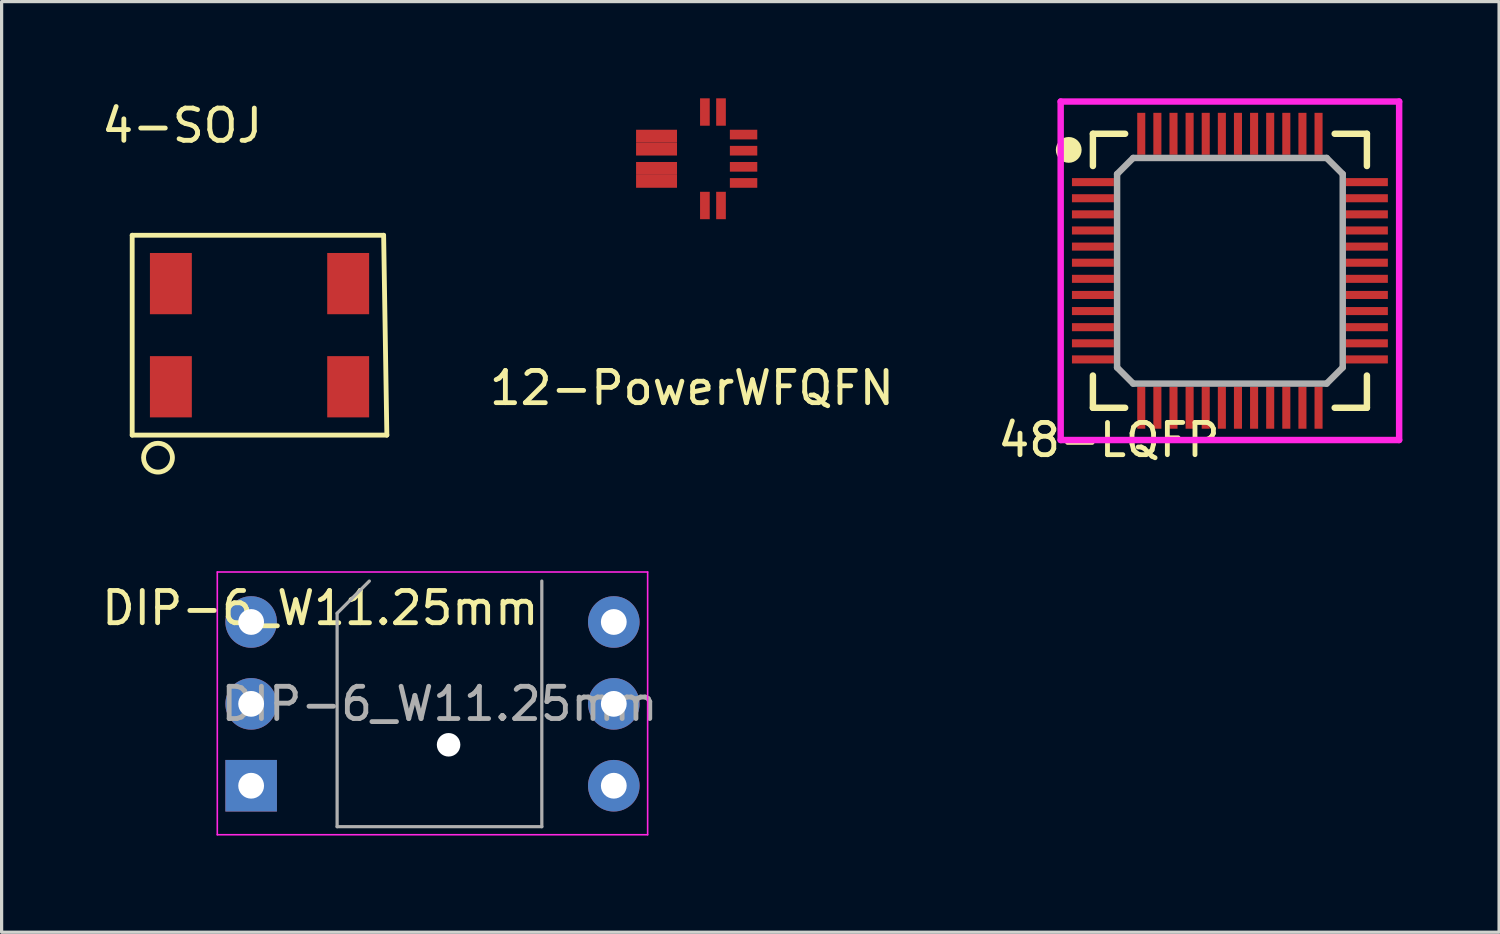
<source format=kicad_pcb>
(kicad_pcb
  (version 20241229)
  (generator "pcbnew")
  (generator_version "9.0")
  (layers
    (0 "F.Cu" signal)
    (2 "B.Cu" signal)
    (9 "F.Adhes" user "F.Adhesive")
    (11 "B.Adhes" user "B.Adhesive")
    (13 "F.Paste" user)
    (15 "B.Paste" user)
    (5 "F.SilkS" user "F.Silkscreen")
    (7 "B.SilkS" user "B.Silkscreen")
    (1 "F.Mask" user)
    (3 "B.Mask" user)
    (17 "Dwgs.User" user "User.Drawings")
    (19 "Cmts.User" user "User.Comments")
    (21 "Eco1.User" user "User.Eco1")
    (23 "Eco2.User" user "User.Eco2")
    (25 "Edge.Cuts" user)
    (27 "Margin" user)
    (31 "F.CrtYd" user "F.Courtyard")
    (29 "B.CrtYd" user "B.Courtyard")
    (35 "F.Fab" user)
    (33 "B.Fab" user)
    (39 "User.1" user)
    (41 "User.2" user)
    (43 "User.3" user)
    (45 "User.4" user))
  (footprint "DIP-6_W11.25mm"
    (layer "F.Cu")
    (at 4.741 16.245)
    (property "Reference" "DIP-6_W11.25mm" (at 2.146 -0.432 0) (layer "F.SilkS") (effects (font (size 1 1) (thickness 0.15))))
    (attr through_hole)
    (fp_line (start -1.05 -1.55) (end -1.05 6.6) (stroke (width 0.05) (type solid)) (layer "F.CrtYd"))
    (fp_line (start -1.05 6.6) (end 12.3 6.6) (stroke (width 0.05) (type solid)) (layer "F.CrtYd"))
    (fp_line (start 12.3 -1.55) (end -1.05 -1.55) (stroke (width 0.05) (type solid)) (layer "F.CrtYd"))
    (fp_line (start 12.3 6.6) (end 12.3 -1.55) (stroke (width 0.05) (type solid)) (layer "F.CrtYd"))
    (fp_line (start 2.667 -0.27) (end 3.667 -1.27) (stroke (width 0.1) (type solid)) (layer "F.Fab"))
    (fp_line (start 2.667 6.35) (end 2.667 -0.27) (stroke (width 0.1) (type solid)) (layer "F.Fab"))
    (fp_line (start 9.017 -1.27) (end 9.017 6.35) (stroke (width 0.1) (type solid)) (layer "F.Fab"))
    (fp_line (start 9.017 6.35) (end 2.667 6.35) (stroke (width 0.1) (type solid)) (layer "F.Fab"))
    (fp_text user "${REFERENCE}" (at 5.842 2.54 0) (layer "F.Fab") (effects (font (size 1 1) (thickness 0.15))))
    (pad "" np_thru_hole circle (at 6.125 3.81) (size 0.73 0.73) (drill 0.73) (layers "*.Cu" "*.Mask"))
    (pad "1" thru_hole rect (at 0 5.08) (size 1.6 1.6) (drill 0.8) (layers "*.Cu" "*.Mask"))
    (pad "2" thru_hole oval (at 0 2.54) (size 1.6 1.6) (drill 0.8) (layers "*.Cu" "*.Mask"))
    (pad "3" thru_hole circle (at 0 0) (size 1.6 1.6) (drill 0.8) (layers "*.Cu" "*.Mask"))
    (pad "4" thru_hole oval (at 11.25 0) (size 1.6 1.6) (drill 0.8) (layers "*.Cu" "*.Mask"))
    (pad "5" thru_hole oval (at 11.25 2.54) (size 1.6 1.6) (drill 0.8) (layers "*.Cu" "*.Mask"))
    (pad "6" thru_hole oval (at 11.25 5.08) (size 1.6 1.6) (drill 0.8) (layers "*.Cu" "*.Mask")))
  (footprint "12-PowerWFQFN"
    (layer "F.Cu")
    (at 18.667 1.875)
    (property "Reference" "12-PowerWFQFN" (at -0.254 7.112 0) (layer "F.SilkS") (effects (font (size 1 1) (thickness 0.15))))
    (attr through_hole)
    (pad "1" smd rect (at -1.35 -0.7) (size 1.27 0.4) (layers "F.Cu" "F.Mask" "F.Paste"))
    (pad "2" smd rect (at -1.35 -0.3) (size 1.27 0.4) (layers "F.Cu" "F.Mask" "F.Paste"))
    (pad "3" smd rect (at -1.35 0.3) (size 1.27 0.4) (layers "F.Cu" "F.Mask" "F.Paste"))
    (pad "4" smd rect (at -1.35 0.7) (size 1.27 0.4) (layers "F.Cu" "F.Mask" "F.Paste"))
    (pad "5" smd rect (at 0.15 1.45 90) (size 0.85 0.3) (layers "F.Cu" "F.Mask" "F.Paste"))
    (pad "6" smd rect (at 0.65 1.45 90) (size 0.85 0.3) (layers "F.Cu" "F.Mask" "F.Paste"))
    (pad "7" smd rect (at 1.35 0.75) (size 0.85 0.3) (layers "F.Cu" "F.Mask" "F.Paste"))
    (pad "8" smd rect (at 1.35 0.25) (size 0.85 0.3) (layers "F.Cu" "F.Mask" "F.Paste"))
    (pad "9" smd rect (at 1.35 -0.25) (size 0.85 0.3) (layers "F.Cu" "F.Mask" "F.Paste"))
    (pad "10" smd rect (at 1.35 -0.75) (size 0.85 0.3) (layers "F.Cu" "F.Mask" "F.Paste"))
    (pad "11" smd rect (at 0.65 -1.45 90) (size 0.85 0.3) (layers "F.Cu" "F.Mask" "F.Paste"))
    (pad "12" smd rect (at 0.15 -1.45 90) (size 0.85 0.3) (layers "F.Cu" "F.Mask" "F.Paste")))
  (footprint "4-SOJ"
    (layer "F.Cu")
    (at 2.251 5.748)
    (property "Reference" "4-SOJ" (at 0.35 -4.9 0) (layer "F.SilkS") (effects (font (size 1 1) (thickness 0.15))))
    (attr through_hole)
    (fp_line (start -1.2 -1.5) (end -1.2 4.7) (stroke (width 0.15) (type solid)) (layer "F.SilkS"))
    (fp_line (start -1.2 4.7) (end 6.7 4.7) (stroke (width 0.15) (type solid)) (layer "F.SilkS"))
    (fp_line (start 6.6 -1.5) (end -1.2 -1.5) (stroke (width 0.15) (type solid)) (layer "F.SilkS"))
    (fp_line (start 6.7 4.7) (end 6.6 -1.5) (stroke (width 0.15) (type solid)) (layer "F.SilkS"))
    (fp_circle (center -0.4 5.4) (end 0 5.6) (stroke (width 0.15) (type solid)) (fill no) (layer "F.SilkS"))
    (pad "1" smd rect (at 0 3.2) (size 1.3 1.9) (layers "F.Cu" "F.Mask" "F.Paste"))
    (pad "2" smd rect (at 5.5 3.2) (size 1.3 1.9) (layers "F.Cu" "F.Mask" "F.Paste"))
    (pad "3" smd rect (at 5.5 0) (size 1.3 1.9) (layers "F.Cu" "F.Mask" "F.Paste"))
    (pad "4" smd rect (at 0 0) (size 1.3 1.9) (layers "F.Cu" "F.Mask" "F.Paste")))
  (footprint "48-LQFP"
    (layer "F.Cu")
    (at 35.104 5.35)
    (property "Reference" "48-LQFP" (at -3.75 5.25 0) (layer "F.SilkS") (effects (font (size 1 1) (thickness 0.15))))
    (attr through_hole)
    (fp_line (start -4.25 -4.25) (end -3.25 -4.25) (stroke (width 0.2) (type solid)) (layer "F.SilkS"))
    (fp_line (start -4.25 -3.25) (end -4.25 -4.25) (stroke (width 0.2) (type solid)) (layer "F.SilkS"))
    (fp_line (start -4.25 4.25) (end -4.25 3.25) (stroke (width 0.2) (type solid)) (layer "F.SilkS"))
    (fp_line (start -3.25 4.25) (end -4.25 4.25) (stroke (width 0.2) (type solid)) (layer "F.SilkS"))
    (fp_line (start 3.25 -4.25) (end 4.25 -4.25) (stroke (width 0.2) (type solid)) (layer "F.SilkS"))
    (fp_line (start 4.25 -4.25) (end 4.25 -3.25) (stroke (width 0.2) (type solid)) (layer "F.SilkS"))
    (fp_line (start 4.25 3.25) (end 4.25 4.25) (stroke (width 0.2) (type solid)) (layer "F.SilkS"))
    (fp_line (start 4.25 4.25) (end 3.25 4.25) (stroke (width 0.2) (type solid)) (layer "F.SilkS"))
    (fp_circle (center -5 -3.75) (end -4.8 -3.75) (stroke (width 0.4) (type solid)) (fill no) (layer "F.SilkS"))
    (fp_line (start -5.25 -5.25) (end -5.25 5.25) (stroke (width 0.2) (type solid)) (layer "F.CrtYd"))
    (fp_line (start -5.25 5.25) (end 5.25 5.25) (stroke (width 0.2) (type solid)) (layer "F.CrtYd"))
    (fp_line (start 5.25 -5.25) (end -5.25 -5.25) (stroke (width 0.2) (type solid)) (layer "F.CrtYd"))
    (fp_line (start 5.25 5.25) (end 5.25 -5.25) (stroke (width 0.2) (type solid)) (layer "F.CrtYd"))
    (fp_line (start -3.5 -3) (end -3.5 3) (stroke (width 0.2) (type solid)) (layer "F.Fab"))
    (fp_line (start -3.5 3) (end -3 3.5) (stroke (width 0.2) (type solid)) (layer "F.Fab"))
    (fp_line (start -3 -3.5) (end -3.5 -3) (stroke (width 0.2) (type solid)) (layer "F.Fab"))
    (fp_line (start -3 3.5) (end 3 3.5) (stroke (width 0.2) (type solid)) (layer "F.Fab"))
    (fp_line (start 3 -3.5) (end -3 -3.5) (stroke (width 0.2) (type solid)) (layer "F.Fab"))
    (fp_line (start 3.5 -3) (end 3 -3.5) (stroke (width 0.2) (type solid)) (layer "F.Fab"))
    (fp_line (start 3.5 3) (end 3 3.5) (stroke (width 0.2) (type solid)) (layer "F.Fab"))
    (fp_line (start 3.5 3) (end 3.5 -3) (stroke (width 0.2) (type solid)) (layer "F.Fab"))
    (pad "1" smd rect (at -4.25 -2.75 180) (size 1.3 0.25) (layers "F.Cu" "F.Mask" "F.Paste"))
    (pad "2" smd rect (at -4.25 -2.25 180) (size 1.3 0.25) (layers "F.Cu" "F.Mask" "F.Paste"))
    (pad "3" smd rect (at -4.25 -1.75 180) (size 1.3 0.25) (layers "F.Cu" "F.Mask" "F.Paste"))
    (pad "4" smd rect (at -4.25 -1.25 180) (size 1.3 0.25) (layers "F.Cu" "F.Mask" "F.Paste"))
    (pad "5" smd rect (at -4.25 -0.75 180) (size 1.3 0.25) (layers "F.Cu" "F.Mask" "F.Paste"))
    (pad "6" smd rect (at -4.25 -0.25 180) (size 1.3 0.25) (layers "F.Cu" "F.Mask" "F.Paste"))
    (pad "7" smd rect (at -4.25 0.25 180) (size 1.3 0.25) (layers "F.Cu" "F.Mask" "F.Paste"))
    (pad "8" smd rect (at -4.25 0.75 180) (size 1.3 0.25) (layers "F.Cu" "F.Mask" "F.Paste"))
    (pad "9" smd rect (at -4.25 1.25 180) (size 1.3 0.25) (layers "F.Cu" "F.Mask" "F.Paste"))
    (pad "10" smd rect (at -4.25 1.75 180) (size 1.3 0.25) (layers "F.Cu" "F.Mask" "F.Paste"))
    (pad "11" smd rect (at -4.25 2.25 180) (size 1.3 0.25) (layers "F.Cu" "F.Mask" "F.Paste"))
    (pad "12" smd rect (at -4.25 2.75 180) (size 1.3 0.25) (layers "F.Cu" "F.Mask" "F.Paste"))
    (pad "13" smd rect (at -2.75 4.25 270) (size 1.3 0.25) (layers "F.Cu" "F.Mask" "F.Paste"))
    (pad "14" smd rect (at -2.25 4.25 270) (size 1.3 0.25) (layers "F.Cu" "F.Mask" "F.Paste"))
    (pad "15" smd rect (at -1.75 4.25 270) (size 1.3 0.25) (layers "F.Cu" "F.Mask" "F.Paste"))
    (pad "16" smd rect (at -1.25 4.25 270) (size 1.3 0.25) (layers "F.Cu" "F.Mask" "F.Paste"))
    (pad "17" smd rect (at -0.75 4.25 270) (size 1.3 0.25) (layers "F.Cu" "F.Mask" "F.Paste"))
    (pad "18" smd rect (at -0.25 4.25 270) (size 1.3 0.25) (layers "F.Cu" "F.Mask" "F.Paste"))
    (pad "19" smd rect (at 0.25 4.25 270) (size 1.3 0.25) (layers "F.Cu" "F.Mask" "F.Paste"))
    (pad "20" smd rect (at 0.75 4.25 270) (size 1.3 0.25) (layers "F.Cu" "F.Mask" "F.Paste"))
    (pad "21" smd rect (at 1.25 4.25 270) (size 1.3 0.25) (layers "F.Cu" "F.Mask" "F.Paste"))
    (pad "22" smd rect (at 1.75 4.25 270) (size 1.3 0.25) (layers "F.Cu" "F.Mask" "F.Paste"))
    (pad "23" smd rect (at 2.25 4.25 270) (size 1.3 0.25) (layers "F.Cu" "F.Mask" "F.Paste"))
    (pad "24" smd rect (at 2.75 4.25 270) (size 1.3 0.25) (layers "F.Cu" "F.Mask" "F.Paste"))
    (pad "25" smd rect (at 4.25 2.75 180) (size 1.3 0.25) (layers "F.Cu" "F.Mask" "F.Paste"))
    (pad "26" smd rect (at 4.25 2.25 180) (size 1.3 0.25) (layers "F.Cu" "F.Mask" "F.Paste"))
    (pad "27" smd rect (at 4.25 1.75 180) (size 1.3 0.25) (layers "F.Cu" "F.Mask" "F.Paste"))
    (pad "28" smd rect (at 4.25 1.25 180) (size 1.3 0.25) (layers "F.Cu" "F.Mask" "F.Paste"))
    (pad "29" smd rect (at 4.25 0.75 180) (size 1.3 0.25) (layers "F.Cu" "F.Mask" "F.Paste"))
    (pad "30" smd rect (at 4.25 0.25 180) (size 1.3 0.25) (layers "F.Cu" "F.Mask" "F.Paste"))
    (pad "31" smd rect (at 4.25 -0.25 180) (size 1.3 0.25) (layers "F.Cu" "F.Mask" "F.Paste"))
    (pad "32" smd rect (at 4.25 -0.75 180) (size 1.3 0.25) (layers "F.Cu" "F.Mask" "F.Paste"))
    (pad "33" smd rect (at 4.25 -1.25 180) (size 1.3 0.25) (layers "F.Cu" "F.Mask" "F.Paste"))
    (pad "34" smd rect (at 4.25 -1.75 180) (size 1.3 0.25) (layers "F.Cu" "F.Mask" "F.Paste"))
    (pad "35" smd rect (at 4.25 -2.25 180) (size 1.3 0.25) (layers "F.Cu" "F.Mask" "F.Paste"))
    (pad "36" smd rect (at 4.25 -2.75 180) (size 1.3 0.25) (layers "F.Cu" "F.Mask" "F.Paste"))
    (pad "37" smd rect (at 2.75 -4.25 270) (size 1.3 0.25) (layers "F.Cu" "F.Mask" "F.Paste"))
    (pad "38" smd rect (at 2.25 -4.25 270) (size 1.3 0.25) (layers "F.Cu" "F.Mask" "F.Paste"))
    (pad "39" smd rect (at 1.75 -4.25 270) (size 1.3 0.25) (layers "F.Cu" "F.Mask" "F.Paste"))
    (pad "40" smd rect (at 1.25 -4.25 270) (size 1.3 0.25) (layers "F.Cu" "F.Mask" "F.Paste"))
    (pad "41" smd rect (at 0.75 -4.25 270) (size 1.3 0.25) (layers "F.Cu" "F.Mask" "F.Paste"))
    (pad "42" smd rect (at 0.25 -4.25 270) (size 1.3 0.25) (layers "F.Cu" "F.Mask" "F.Paste"))
    (pad "43" smd rect (at -0.25 -4.25 270) (size 1.3 0.25) (layers "F.Cu" "F.Mask" "F.Paste"))
    (pad "44" smd rect (at -0.75 -4.25 270) (size 1.3 0.25) (layers "F.Cu" "F.Mask" "F.Paste"))
    (pad "45" smd rect (at -1.25 -4.25 270) (size 1.3 0.25) (layers "F.Cu" "F.Mask" "F.Paste"))
    (pad "46" smd rect (at -1.75 -4.25 270) (size 1.3 0.25) (layers "F.Cu" "F.Mask" "F.Paste"))
    (pad "47" smd rect (at -2.25 -4.25 270) (size 1.3 0.25) (layers "F.Cu" "F.Mask" "F.Paste"))
    (pad "48" smd rect (at -2.75 -4.25 270) (size 1.3 0.25) (layers "F.Cu" "F.Mask" "F.Paste")))
  (gr_rect
    (start -3 -3)
    (end 43.454 25.87)
    (stroke (width 0.1) (type default))
    (fill no)
    (layer "Edge.Cuts")))
</source>
